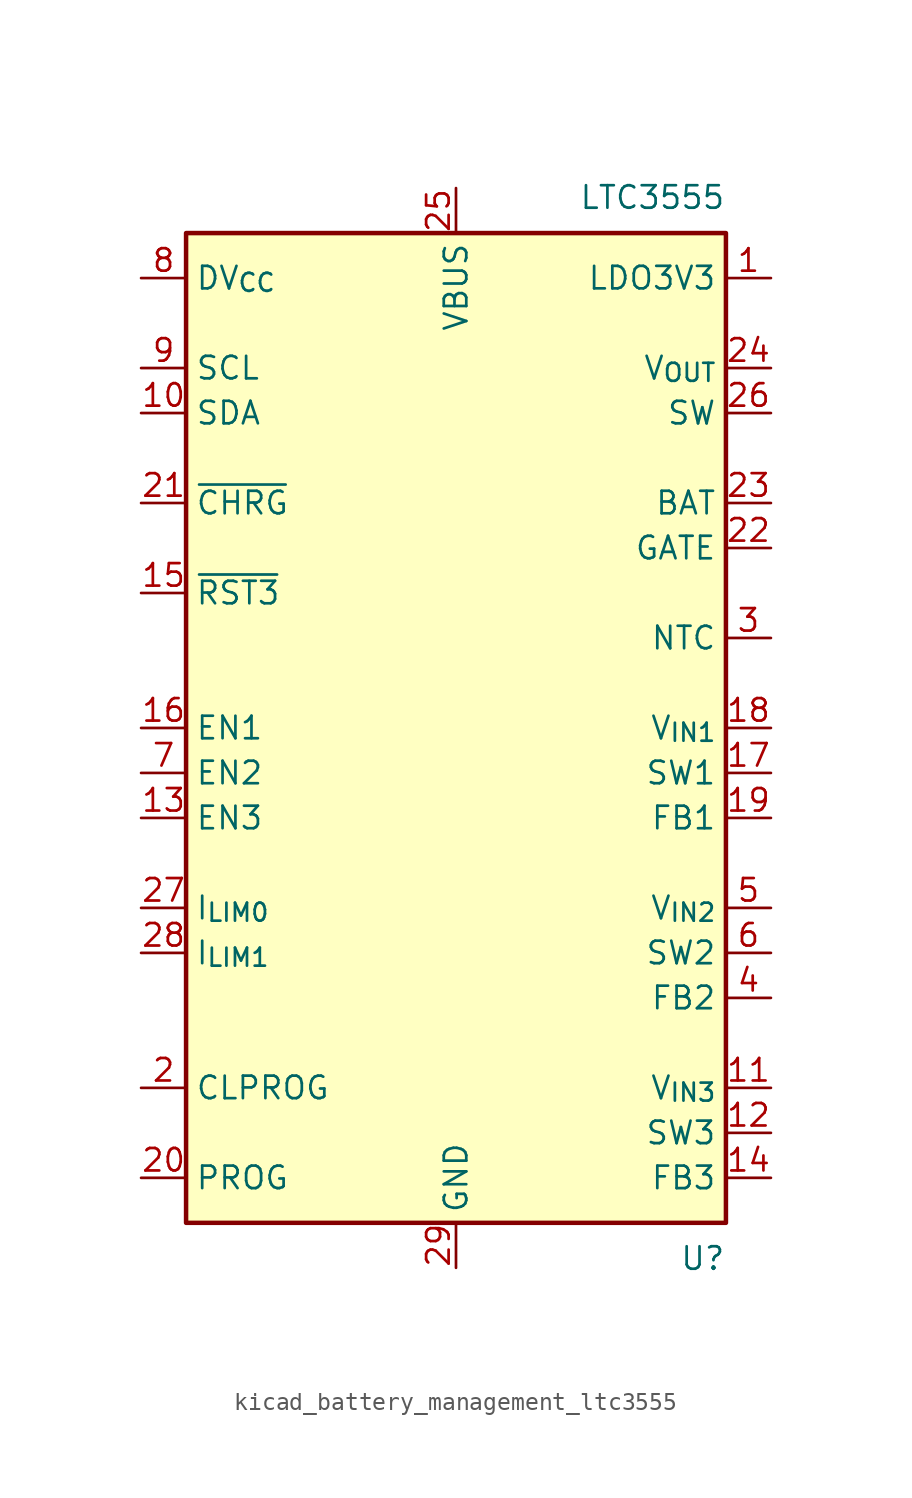
<source format=kicad_sym>
(kicad_symbol_lib
  (version 20220914)
  (generator kicad_symbol_editor)
  (symbol "kicad_battery_management_ltc3555"
    (property "Reference" "U"
      (at 15.24 -29.21 0)
      (effects (font (size 1.27 1.27)) (justify right top)))
    (property "Value" "LTC3555"
      (at 15.24 29.21 0)
      (effects (font (size 1.27 1.27)) (justify right bottom)))
    (symbol "kicad_battery_management_ltc3555_0_1"
      (rectangle (start -15.24 27.94) (end 15.24 -27.94) (stroke (width 0.254) (type default)) (fill (type background))))
    (symbol "kicad_battery_management_ltc3555_1_1"
      (pin power_out line (at 17.78 25.4 180) (length 2.54) (name "LDO3V3" (effects (font (size 1.27 1.27)))) (number "1" (effects (font (size 1.27 1.27)))))
      (pin bidirectional line (at -17.78 17.78 0) (length 2.54) (name "SDA" (effects (font (size 1.27 1.27)))) (number "10" (effects (font (size 1.27 1.27)))))
      (pin power_in line (at 17.78 -20.32 180) (length 2.54) (name "V_{IN3}" (effects (font (size 1.27 1.27)))) (number "11" (effects (font (size 1.27 1.27)))))
      (pin power_out line (at 17.78 -22.86 180) (length 2.54) (name "SW3" (effects (font (size 1.27 1.27)))) (number "12" (effects (font (size 1.27 1.27)))))
      (pin input line (at -17.78 -5.08 0) (length 2.54) (name "EN3" (effects (font (size 1.27 1.27)))) (number "13" (effects (font (size 1.27 1.27)))))
      (pin input line (at 17.78 -25.4 180) (length 2.54) (name "FB3" (effects (font (size 1.27 1.27)))) (number "14" (effects (font (size 1.27 1.27)))))
      (pin open_collector line (at -17.78 7.62 0) (length 2.54) (name "~{RST3}" (effects (font (size 1.27 1.27)))) (number "15" (effects (font (size 1.27 1.27)))))
      (pin input line (at -17.78 0 0) (length 2.54) (name "EN1" (effects (font (size 1.27 1.27)))) (number "16" (effects (font (size 1.27 1.27)))))
      (pin power_out line (at 17.78 -2.54 180) (length 2.54) (name "SW1" (effects (font (size 1.27 1.27)))) (number "17" (effects (font (size 1.27 1.27)))))
      (pin power_in line (at 17.78 0 180) (length 2.54) (name "V_{IN1}" (effects (font (size 1.27 1.27)))) (number "18" (effects (font (size 1.27 1.27)))))
      (pin input line (at 17.78 -5.08 180) (length 2.54) (name "FB1" (effects (font (size 1.27 1.27)))) (number "19" (effects (font (size 1.27 1.27)))))
      (pin passive line (at -17.78 -20.32 0) (length 2.54) (name "CLPROG" (effects (font (size 1.27 1.27)))) (number "2" (effects (font (size 1.27 1.27)))))
      (pin passive line (at -17.78 -25.4 0) (length 2.54) (name "PROG" (effects (font (size 1.27 1.27)))) (number "20" (effects (font (size 1.27 1.27)))))
      (pin open_collector line (at -17.78 12.7 0) (length 2.54) (name "~{CHRG}" (effects (font (size 1.27 1.27)))) (number "21" (effects (font (size 1.27 1.27)))))
      (pin output line (at 17.78 10.16 180) (length 2.54) (name "GATE" (effects (font (size 1.27 1.27)))) (number "22" (effects (font (size 1.27 1.27)))))
      (pin power_out line (at 17.78 12.7 180) (length 2.54) (name "BAT" (effects (font (size 1.27 1.27)))) (number "23" (effects (font (size 1.27 1.27)))))
      (pin power_out line (at 17.78 20.32 180) (length 2.54) (name "V_{OUT}" (effects (font (size 1.27 1.27)))) (number "24" (effects (font (size 1.27 1.27)))))
      (pin power_in line (at 0 30.48 270) (length 2.54) (name "VBUS" (effects (font (size 1.27 1.27)))) (number "25" (effects (font (size 1.27 1.27)))))
      (pin power_out line (at 17.78 17.78 180) (length 2.54) (name "SW" (effects (font (size 1.27 1.27)))) (number "26" (effects (font (size 1.27 1.27)))))
      (pin input line (at -17.78 -10.16 0) (length 2.54) (name "I_{LIM0}" (effects (font (size 1.27 1.27)))) (number "27" (effects (font (size 1.27 1.27)))))
      (pin input line (at -17.78 -12.7 0) (length 2.54) (name "I_{LIM1}" (effects (font (size 1.27 1.27)))) (number "28" (effects (font (size 1.27 1.27)))))
      (pin power_in line (at 0 -30.48 90) (length 2.54) (name "GND" (effects (font (size 1.27 1.27)))) (number "29" (effects (font (size 1.27 1.27)))))
      (pin passive line (at 17.78 5.08 180) (length 2.54) (name "NTC" (effects (font (size 1.27 1.27)))) (number "3" (effects (font (size 1.27 1.27)))))
      (pin input line (at 17.78 -15.24 180) (length 2.54) (name "FB2" (effects (font (size 1.27 1.27)))) (number "4" (effects (font (size 1.27 1.27)))))
      (pin power_in line (at 17.78 -10.16 180) (length 2.54) (name "V_{IN2}" (effects (font (size 1.27 1.27)))) (number "5" (effects (font (size 1.27 1.27)))))
      (pin power_out line (at 17.78 -12.7 180) (length 2.54) (name "SW2" (effects (font (size 1.27 1.27)))) (number "6" (effects (font (size 1.27 1.27)))))
      (pin input line (at -17.78 -2.54 0) (length 2.54) (name "EN2" (effects (font (size 1.27 1.27)))) (number "7" (effects (font (size 1.27 1.27)))))
      (pin power_in line (at -17.78 25.4 0) (length 2.54) (name "DV_{CC}" (effects (font (size 1.27 1.27)))) (number "8" (effects (font (size 1.27 1.27)))))
      (pin input line (at -17.78 20.32 0) (length 2.54) (name "SCL" (effects (font (size 1.27 1.27)))) (number "9" (effects (font (size 1.27 1.27))))))))
</source>
